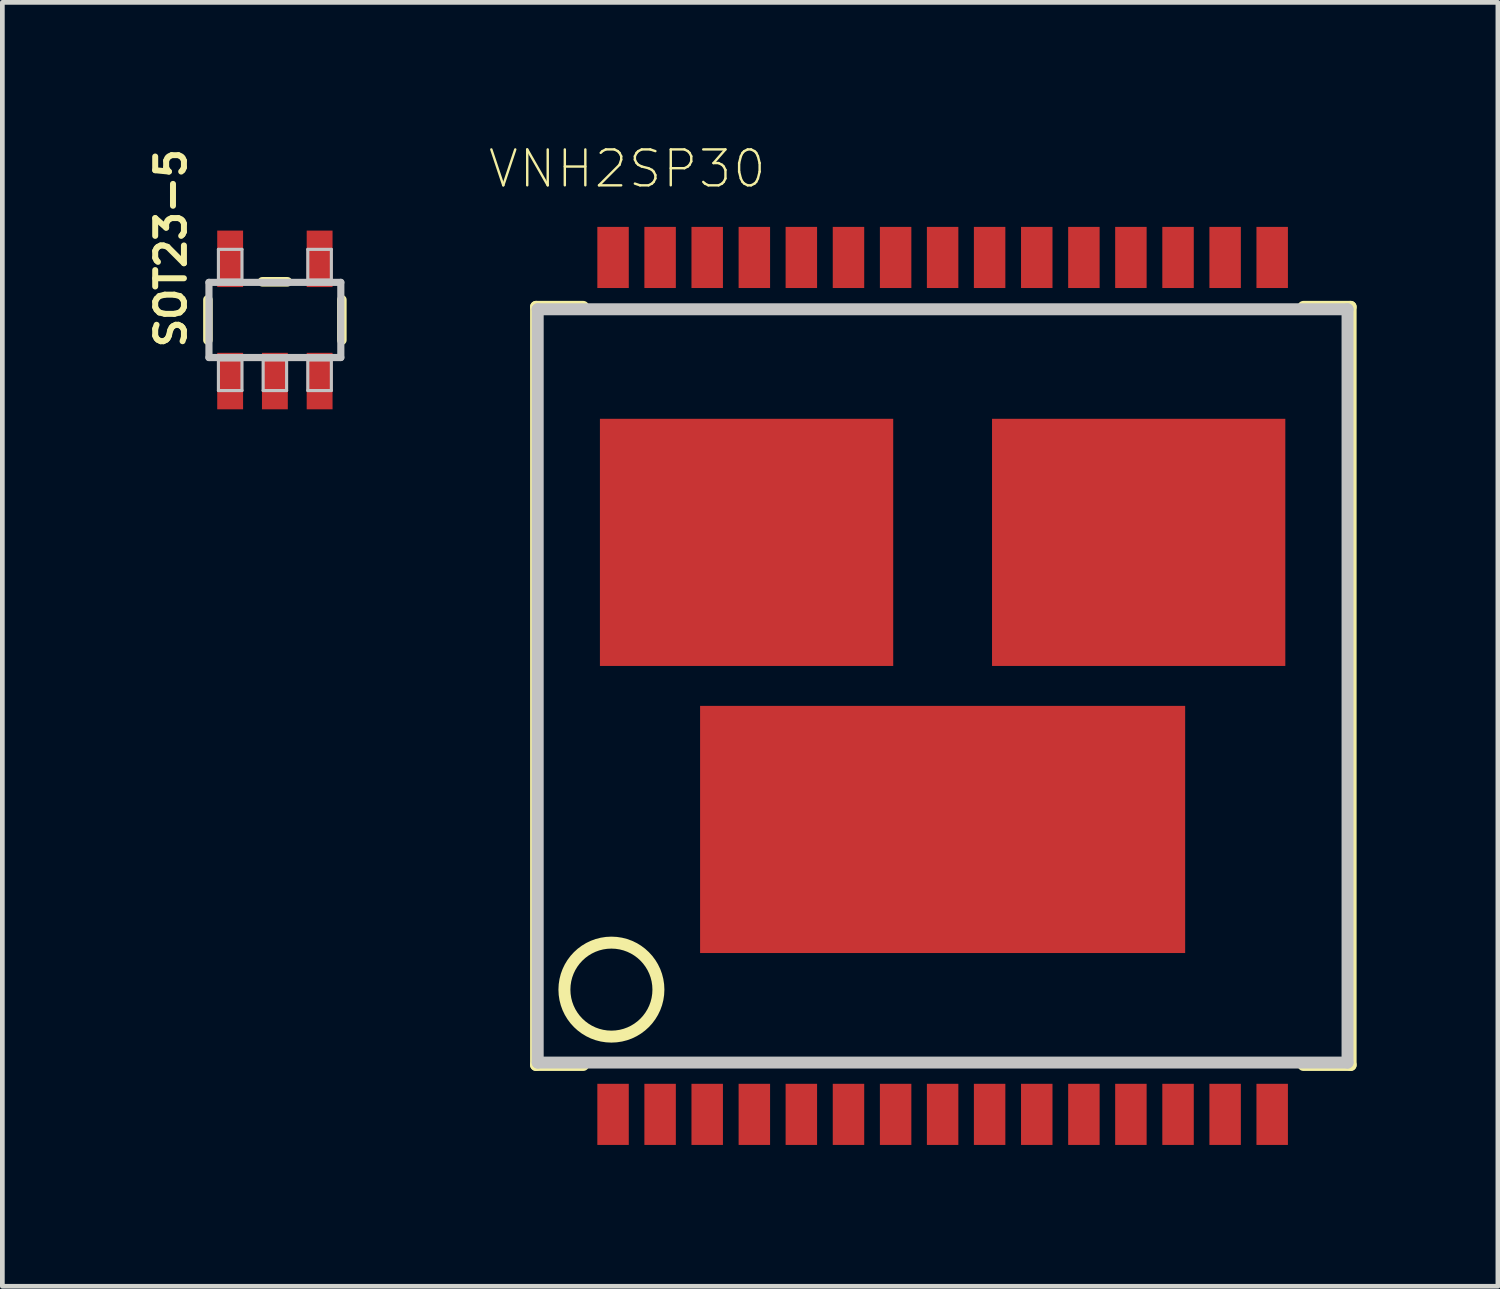
<source format=kicad_pcb>
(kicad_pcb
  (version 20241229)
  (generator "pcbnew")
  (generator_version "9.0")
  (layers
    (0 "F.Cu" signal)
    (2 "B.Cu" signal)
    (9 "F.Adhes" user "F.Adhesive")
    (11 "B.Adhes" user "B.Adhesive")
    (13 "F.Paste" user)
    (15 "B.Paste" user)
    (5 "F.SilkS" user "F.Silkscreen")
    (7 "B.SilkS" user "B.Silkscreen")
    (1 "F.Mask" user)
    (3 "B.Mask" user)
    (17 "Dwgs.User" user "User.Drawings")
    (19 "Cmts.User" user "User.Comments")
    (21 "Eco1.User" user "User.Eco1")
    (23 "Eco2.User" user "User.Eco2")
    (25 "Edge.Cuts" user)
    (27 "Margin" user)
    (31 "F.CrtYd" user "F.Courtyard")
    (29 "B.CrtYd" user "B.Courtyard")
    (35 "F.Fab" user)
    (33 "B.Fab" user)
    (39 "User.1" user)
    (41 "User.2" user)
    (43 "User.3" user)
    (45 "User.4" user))
  (footprint "SOT23-5"
    (layer "F.Cu")
    (at 2.787 3.744)
    (property "Reference" "SOT23-5" (at -2.207 -1.524 90) (layer "F.SilkS") (effects (font (size 0.61 0.61) (thickness 0.127))))
    (attr smd)
    (fp_line (start -1.422 0.429) (end -1.422 -0.429) (stroke (width 0.203) (type solid)) (layer "F.SilkS"))
    (fp_line (start -0.267 -0.81) (end 0.267 -0.81) (stroke (width 0.203) (type solid)) (layer "F.SilkS"))
    (fp_line (start 1.422 -0.429) (end 1.422 0.429) (stroke (width 0.203) (type solid)) (layer "F.SilkS"))
    (fp_line (start -1.4 -0.798) (end -1.4 0.798) (stroke (width 0.152) (type solid)) (layer "Dwgs.User"))
    (fp_line (start -1.4 -0.798) (end 1.4 -0.798) (stroke (width 0.152) (type solid)) (layer "Dwgs.User"))
    (fp_line (start -1.199 -1.499) (end -0.699 -1.499) (stroke (width 0.066) (type solid)) (layer "Dwgs.User"))
    (fp_line (start -1.199 -0.848) (end -1.199 -1.499) (stroke (width 0.066) (type solid)) (layer "Dwgs.User"))
    (fp_line (start -1.199 -0.848) (end -0.699 -0.848) (stroke (width 0.066) (type solid)) (layer "Dwgs.User"))
    (fp_line (start -1.199 0.848) (end -0.699 0.848) (stroke (width 0.066) (type solid)) (layer "Dwgs.User"))
    (fp_line (start -1.199 1.499) (end -1.199 0.848) (stroke (width 0.066) (type solid)) (layer "Dwgs.User"))
    (fp_line (start -1.199 1.499) (end -0.699 1.499) (stroke (width 0.066) (type solid)) (layer "Dwgs.User"))
    (fp_line (start -0.699 -0.848) (end -0.699 -1.499) (stroke (width 0.066) (type solid)) (layer "Dwgs.User"))
    (fp_line (start -0.699 1.499) (end -0.699 0.848) (stroke (width 0.066) (type solid)) (layer "Dwgs.User"))
    (fp_line (start -0.249 0.848) (end 0.249 0.848) (stroke (width 0.066) (type solid)) (layer "Dwgs.User"))
    (fp_line (start -0.249 1.499) (end -0.249 0.848) (stroke (width 0.066) (type solid)) (layer "Dwgs.User"))
    (fp_line (start -0.249 1.499) (end 0.249 1.499) (stroke (width 0.066) (type solid)) (layer "Dwgs.User"))
    (fp_line (start 0.249 1.499) (end 0.249 0.848) (stroke (width 0.066) (type solid)) (layer "Dwgs.User"))
    (fp_line (start 0.699 -1.499) (end 1.199 -1.499) (stroke (width 0.066) (type solid)) (layer "Dwgs.User"))
    (fp_line (start 0.699 -0.848) (end 0.699 -1.499) (stroke (width 0.066) (type solid)) (layer "Dwgs.User"))
    (fp_line (start 0.699 -0.848) (end 1.199 -0.848) (stroke (width 0.066) (type solid)) (layer "Dwgs.User"))
    (fp_line (start 0.699 0.848) (end 1.199 0.848) (stroke (width 0.066) (type solid)) (layer "Dwgs.User"))
    (fp_line (start 0.699 1.499) (end 0.699 0.848) (stroke (width 0.066) (type solid)) (layer "Dwgs.User"))
    (fp_line (start 0.699 1.499) (end 1.199 1.499) (stroke (width 0.066) (type solid)) (layer "Dwgs.User"))
    (fp_line (start 1.199 -0.848) (end 1.199 -1.499) (stroke (width 0.066) (type solid)) (layer "Dwgs.User"))
    (fp_line (start 1.199 1.499) (end 1.199 0.848) (stroke (width 0.066) (type solid)) (layer "Dwgs.User"))
    (fp_line (start 1.4 -0.798) (end 1.4 0.798) (stroke (width 0.152) (type solid)) (layer "Dwgs.User"))
    (fp_line (start 1.4 0.798) (end -1.4 0.798) (stroke (width 0.152) (type solid)) (layer "Dwgs.User"))
    (pad "1" smd rect (at -0.95 1.298) (size 0.549 1.199) (layers "F.Cu" "F.Mask" "F.Paste"))
    (pad "2" smd rect (at 0 1.298) (size 0.549 1.199) (layers "F.Cu" "F.Mask" "F.Paste"))
    (pad "3" smd rect (at 0.95 1.298) (size 0.549 1.199) (layers "F.Cu" "F.Mask" "F.Paste"))
    (pad "4" smd rect (at 0.95 -1.298) (size 0.549 1.199) (layers "F.Cu" "F.Mask" "F.Paste"))
    (pad "5" smd rect (at -0.95 -1.298) (size 0.549 1.199) (layers "F.Cu" "F.Mask" "F.Paste")))
  (footprint "VNH2SP30"
    (layer "F.Cu")
    (at 16.966 11.515)
    (property "Reference" "VNH2SP30" (at -6.698 -10.98 0) (layer "F.SilkS") (effects (font (size 0.762 0.762) (thickness 0.051))))
    (attr smd)
    (fp_line (start -8.633 -8.049) (end -7.633 -8.049) (stroke (width 0.254) (type solid)) (layer "F.SilkS"))
    (fp_line (start -8.633 8.049) (end -8.633 -8.049) (stroke (width 0.254) (type solid)) (layer "F.SilkS"))
    (fp_line (start -7.633 8.049) (end -8.633 8.049) (stroke (width 0.254) (type solid)) (layer "F.SilkS"))
    (fp_line (start 7.663 -8.049) (end 8.664 -8.049) (stroke (width 0.254) (type solid)) (layer "F.SilkS"))
    (fp_line (start 8.664 -8.049) (end 8.664 8.049) (stroke (width 0.254) (type solid)) (layer "F.SilkS"))
    (fp_line (start 8.664 8.049) (end 7.663 8.049) (stroke (width 0.254) (type solid)) (layer "F.SilkS"))
    (fp_circle (center -7.033 6.449) (end -7.033 5.451) (stroke (width 0.254) (type solid)) (fill no) (layer "F.SilkS"))
    (fp_line (start -8.598 -7.998) (end 8.598 -7.998) (stroke (width 0.254) (type solid)) (layer "Dwgs.User"))
    (fp_line (start -8.598 7.998) (end -8.598 -7.998) (stroke (width 0.254) (type solid)) (layer "Dwgs.User"))
    (fp_line (start -8.598 7.998) (end 8.598 7.998) (stroke (width 0.254) (type solid)) (layer "Dwgs.User"))
    (fp_line (start 8.598 -7.998) (end 8.598 7.998) (stroke (width 0.254) (type solid)) (layer "Dwgs.User"))
    (pad "1" smd rect (at -6.998 9.098) (size 0.668 1.298) (layers "F.Cu" "F.Mask" "F.Paste"))
    (pad "2" smd rect (at -5.999 9.098) (size 0.668 1.298) (layers "F.Cu" "F.Mask" "F.Paste"))
    (pad "3" smd rect (at -4.999 9.098) (size 0.668 1.298) (layers "F.Cu" "F.Mask" "F.Paste"))
    (pad "4" smd rect (at -3.998 9.098) (size 0.668 1.298) (layers "F.Cu" "F.Mask" "F.Paste"))
    (pad "5" smd rect (at -3 9.098) (size 0.668 1.298) (layers "F.Cu" "F.Mask" "F.Paste"))
    (pad "6" smd rect (at -1.999 9.098) (size 0.668 1.298) (layers "F.Cu" "F.Mask" "F.Paste"))
    (pad "7" smd rect (at -0.998 9.098) (size 0.668 1.298) (layers "F.Cu" "F.Mask" "F.Paste"))
    (pad "8" smd rect (at 0 9.098) (size 0.668 1.298) (layers "F.Cu" "F.Mask" "F.Paste"))
    (pad "9" smd rect (at 0.998 9.098) (size 0.668 1.298) (layers "F.Cu" "F.Mask" "F.Paste"))
    (pad "10" smd rect (at 1.999 9.098) (size 0.668 1.298) (layers "F.Cu" "F.Mask" "F.Paste"))
    (pad "11" smd rect (at 3 9.098) (size 0.668 1.298) (layers "F.Cu" "F.Mask" "F.Paste"))
    (pad "12" smd rect (at 3.998 9.098) (size 0.668 1.298) (layers "F.Cu" "F.Mask" "F.Paste"))
    (pad "13" smd rect (at 4.999 9.098) (size 0.668 1.298) (layers "F.Cu" "F.Mask" "F.Paste"))
    (pad "14" smd rect (at 5.999 9.098) (size 0.668 1.298) (layers "F.Cu" "F.Mask" "F.Paste"))
    (pad "15" smd rect (at 6.998 9.098) (size 0.668 1.298) (layers "F.Cu" "F.Mask" "F.Paste"))
    (pad "16" smd rect (at 6.998 -9.098) (size 0.668 1.298) (layers "F.Cu" "F.Mask" "F.Paste"))
    (pad "17" smd rect (at 5.999 -9.098) (size 0.668 1.298) (layers "F.Cu" "F.Mask" "F.Paste"))
    (pad "18" smd rect (at 4.999 -9.098) (size 0.668 1.298) (layers "F.Cu" "F.Mask" "F.Paste"))
    (pad "19" smd rect (at 3.998 -9.098) (size 0.668 1.298) (layers "F.Cu" "F.Mask" "F.Paste"))
    (pad "20" smd rect (at 3 -9.098) (size 0.668 1.298) (layers "F.Cu" "F.Mask" "F.Paste"))
    (pad "21" smd rect (at 1.999 -9.098) (size 0.668 1.298) (layers "F.Cu" "F.Mask" "F.Paste"))
    (pad "22" smd rect (at 0.998 -9.098) (size 0.668 1.298) (layers "F.Cu" "F.Mask" "F.Paste"))
    (pad "23" smd rect (at 0 -9.098) (size 0.668 1.298) (layers "F.Cu" "F.Mask" "F.Paste"))
    (pad "24" smd rect (at -0.998 -9.098) (size 0.668 1.298) (layers "F.Cu" "F.Mask" "F.Paste"))
    (pad "25" smd rect (at -1.999 -9.098) (size 0.668 1.298) (layers "F.Cu" "F.Mask" "F.Paste"))
    (pad "26" smd rect (at -3 -9.098) (size 0.668 1.298) (layers "F.Cu" "F.Mask" "F.Paste"))
    (pad "27" smd rect (at -3.998 -9.098) (size 0.668 1.298) (layers "F.Cu" "F.Mask" "F.Paste"))
    (pad "28" smd rect (at -4.999 -9.098) (size 0.668 1.298) (layers "F.Cu" "F.Mask" "F.Paste"))
    (pad "29" smd rect (at -5.999 -9.098) (size 0.668 1.298) (layers "F.Cu" "F.Mask" "F.Paste"))
    (pad "30" smd rect (at -6.998 -9.098) (size 0.668 1.298) (layers "F.Cu" "F.Mask" "F.Paste"))
    (pad "SLUG" smd rect (at -4.163 -3.048) (size 6.228 5.248) (layers "F.Cu" "F.Mask" "F.Paste"))
    (pad "SLUG" smd rect (at 0 3.048) (size 10.3 5.248) (layers "F.Cu" "F.Mask" "F.Paste"))
    (pad "SLUG" smd rect (at 4.163 -3.048) (size 6.228 5.248) (layers "F.Cu" "F.Mask" "F.Paste")))
  (gr_rect
    (start -3 -3)
    (end 28.757 24.263)
    (stroke (width 0.1) (type default))
    (fill no)
    (layer "Edge.Cuts")))
</source>
